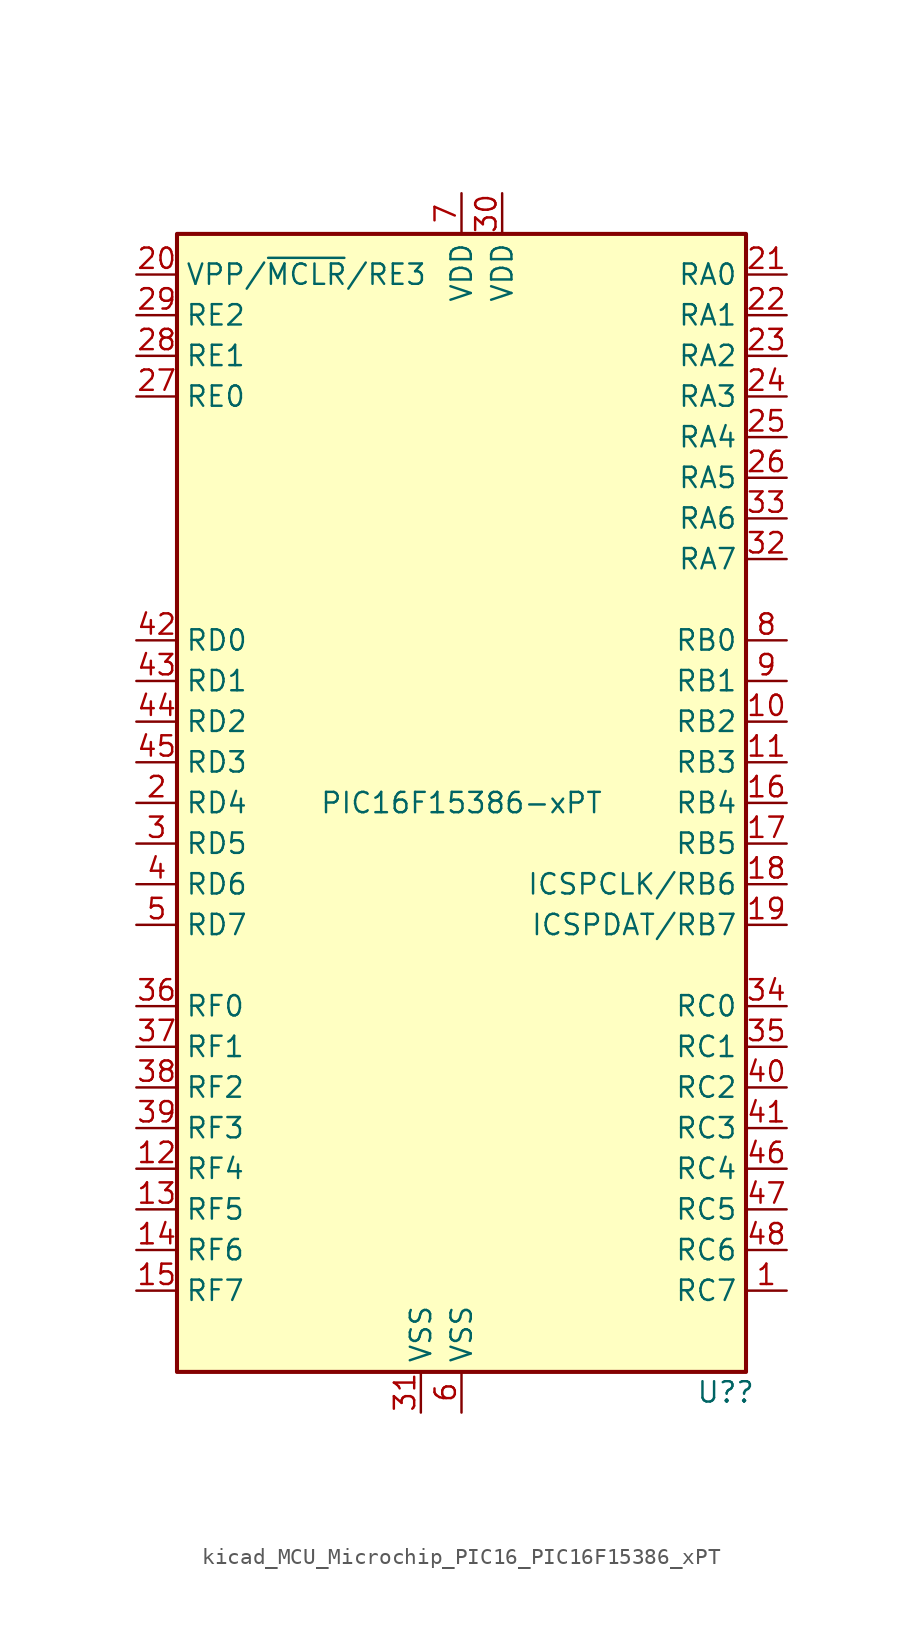
<source format=kicad_sym>
(kicad_symbol_lib
  (version 20220914)
  (generator kicad_symbol_editor)
  (symbol "kicad_MCU_Microchip_PIC16_PIC16F15386_xPT"
    (property "Reference" "U?"
      (at 16.51 -36.83 0)
      (effects (font (size 1.27 1.27))))
    (property "Value" "PIC16F15386-xPT"
      (at 0 0 0)
      (effects (font (size 1.27 1.27))))
    (symbol "kicad_MCU_Microchip_PIC16_PIC16F15386_xPT_0_0"
      (pin bidirectional line (at -20.32 -2.54 0) (length 2.54) (name "RD5" (effects (font (size 1.27 1.27)))) (number "3" (effects (font (size 1.27 1.27)))))
      (pin bidirectional line (at -20.32 -5.08 0) (length 2.54) (name "RD6" (effects (font (size 1.27 1.27)))) (number "4" (effects (font (size 1.27 1.27))))))
    (symbol "kicad_MCU_Microchip_PIC16_PIC16F15386_xPT_0_1"
      (rectangle (start -17.78 35.56) (end 17.78 -35.56) (stroke (width 0.254) (type default)) (fill (type background))))
    (symbol "kicad_MCU_Microchip_PIC16_PIC16F15386_xPT_1_1"
      (pin bidirectional line (at 20.32 -30.48 180) (length 2.54) (name "RC7" (effects (font (size 1.27 1.27)))) (number "1" (effects (font (size 1.27 1.27)))))
      (pin bidirectional line (at 20.32 5.08 180) (length 2.54) (name "RB2" (effects (font (size 1.27 1.27)))) (number "10" (effects (font (size 1.27 1.27)))))
      (pin bidirectional line (at 20.32 2.54 180) (length 2.54) (name "RB3" (effects (font (size 1.27 1.27)))) (number "11" (effects (font (size 1.27 1.27)))))
      (pin bidirectional line (at -20.32 -22.86 0) (length 2.54) (name "RF4" (effects (font (size 1.27 1.27)))) (number "12" (effects (font (size 1.27 1.27)))))
      (pin bidirectional line (at -20.32 -25.4 0) (length 2.54) (name "RF5" (effects (font (size 1.27 1.27)))) (number "13" (effects (font (size 1.27 1.27)))))
      (pin bidirectional line (at -20.32 -27.94 0) (length 2.54) (name "RF6" (effects (font (size 1.27 1.27)))) (number "14" (effects (font (size 1.27 1.27)))))
      (pin bidirectional line (at -20.32 -30.48 0) (length 2.54) (name "RF7" (effects (font (size 1.27 1.27)))) (number "15" (effects (font (size 1.27 1.27)))))
      (pin bidirectional line (at 20.32 0 180) (length 2.54) (name "RB4" (effects (font (size 1.27 1.27)))) (number "16" (effects (font (size 1.27 1.27)))))
      (pin bidirectional line (at 20.32 -2.54 180) (length 2.54) (name "RB5" (effects (font (size 1.27 1.27)))) (number "17" (effects (font (size 1.27 1.27)))))
      (pin bidirectional line (at 20.32 -5.08 180) (length 2.54) (name "ICSPCLK/RB6" (effects (font (size 1.27 1.27)))) (number "18" (effects (font (size 1.27 1.27)))))
      (pin bidirectional line (at 20.32 -7.62 180) (length 2.54) (name "ICSPDAT/RB7" (effects (font (size 1.27 1.27)))) (number "19" (effects (font (size 1.27 1.27)))))
      (pin bidirectional line (at -20.32 0 0) (length 2.54) (name "RD4" (effects (font (size 1.27 1.27)))) (number "2" (effects (font (size 1.27 1.27)))))
      (pin bidirectional line (at -20.32 33.02 0) (length 2.54) (name "VPP/~{MCLR}/RE3" (effects (font (size 1.27 1.27)))) (number "20" (effects (font (size 1.27 1.27)))))
      (pin bidirectional line (at 20.32 33.02 180) (length 2.54) (name "RA0" (effects (font (size 1.27 1.27)))) (number "21" (effects (font (size 1.27 1.27)))))
      (pin bidirectional line (at 20.32 30.48 180) (length 2.54) (name "RA1" (effects (font (size 1.27 1.27)))) (number "22" (effects (font (size 1.27 1.27)))))
      (pin bidirectional line (at 20.32 27.94 180) (length 2.54) (name "RA2" (effects (font (size 1.27 1.27)))) (number "23" (effects (font (size 1.27 1.27)))))
      (pin bidirectional line (at 20.32 25.4 180) (length 2.54) (name "RA3" (effects (font (size 1.27 1.27)))) (number "24" (effects (font (size 1.27 1.27)))))
      (pin bidirectional line (at 20.32 22.86 180) (length 2.54) (name "RA4" (effects (font (size 1.27 1.27)))) (number "25" (effects (font (size 1.27 1.27)))))
      (pin bidirectional line (at 20.32 20.32 180) (length 2.54) (name "RA5" (effects (font (size 1.27 1.27)))) (number "26" (effects (font (size 1.27 1.27)))))
      (pin bidirectional line (at -20.32 25.4 0) (length 2.54) (name "RE0" (effects (font (size 1.27 1.27)))) (number "27" (effects (font (size 1.27 1.27)))))
      (pin bidirectional line (at -20.32 27.94 0) (length 2.54) (name "RE1" (effects (font (size 1.27 1.27)))) (number "28" (effects (font (size 1.27 1.27)))))
      (pin bidirectional line (at -20.32 30.48 0) (length 2.54) (name "RE2" (effects (font (size 1.27 1.27)))) (number "29" (effects (font (size 1.27 1.27)))))
      (pin power_in line (at 2.54 38.1 270) (length 2.54) (name "VDD" (effects (font (size 1.27 1.27)))) (number "30" (effects (font (size 1.27 1.27)))))
      (pin power_in line (at -2.54 -38.1 90) (length 2.54) (name "VSS" (effects (font (size 1.27 1.27)))) (number "31" (effects (font (size 1.27 1.27)))))
      (pin bidirectional line (at 20.32 15.24 180) (length 2.54) (name "RA7" (effects (font (size 1.27 1.27)))) (number "32" (effects (font (size 1.27 1.27)))))
      (pin bidirectional line (at 20.32 17.78 180) (length 2.54) (name "RA6" (effects (font (size 1.27 1.27)))) (number "33" (effects (font (size 1.27 1.27)))))
      (pin bidirectional line (at 20.32 -12.7 180) (length 2.54) (name "RC0" (effects (font (size 1.27 1.27)))) (number "34" (effects (font (size 1.27 1.27)))))
      (pin bidirectional line (at 20.32 -15.24 180) (length 2.54) (name "RC1" (effects (font (size 1.27 1.27)))) (number "35" (effects (font (size 1.27 1.27)))))
      (pin bidirectional line (at -20.32 -12.7 0) (length 2.54) (name "RF0" (effects (font (size 1.27 1.27)))) (number "36" (effects (font (size 1.27 1.27)))))
      (pin bidirectional line (at -20.32 -15.24 0) (length 2.54) (name "RF1" (effects (font (size 1.27 1.27)))) (number "37" (effects (font (size 1.27 1.27)))))
      (pin bidirectional line (at -20.32 -17.78 0) (length 2.54) (name "RF2" (effects (font (size 1.27 1.27)))) (number "38" (effects (font (size 1.27 1.27)))))
      (pin bidirectional line (at -20.32 -20.32 0) (length 2.54) (name "RF3" (effects (font (size 1.27 1.27)))) (number "39" (effects (font (size 1.27 1.27)))))
      (pin bidirectional line (at 20.32 -17.78 180) (length 2.54) (name "RC2" (effects (font (size 1.27 1.27)))) (number "40" (effects (font (size 1.27 1.27)))))
      (pin bidirectional line (at 20.32 -20.32 180) (length 2.54) (name "RC3" (effects (font (size 1.27 1.27)))) (number "41" (effects (font (size 1.27 1.27)))))
      (pin bidirectional line (at -20.32 10.16 0) (length 2.54) (name "RD0" (effects (font (size 1.27 1.27)))) (number "42" (effects (font (size 1.27 1.27)))))
      (pin bidirectional line (at -20.32 7.62 0) (length 2.54) (name "RD1" (effects (font (size 1.27 1.27)))) (number "43" (effects (font (size 1.27 1.27)))))
      (pin bidirectional line (at -20.32 5.08 0) (length 2.54) (name "RD2" (effects (font (size 1.27 1.27)))) (number "44" (effects (font (size 1.27 1.27)))))
      (pin bidirectional line (at -20.32 2.54 0) (length 2.54) (name "RD3" (effects (font (size 1.27 1.27)))) (number "45" (effects (font (size 1.27 1.27)))))
      (pin bidirectional line (at 20.32 -22.86 180) (length 2.54) (name "RC4" (effects (font (size 1.27 1.27)))) (number "46" (effects (font (size 1.27 1.27)))))
      (pin bidirectional line (at 20.32 -25.4 180) (length 2.54) (name "RC5" (effects (font (size 1.27 1.27)))) (number "47" (effects (font (size 1.27 1.27)))))
      (pin bidirectional line (at 20.32 -27.94 180) (length 2.54) (name "RC6" (effects (font (size 1.27 1.27)))) (number "48" (effects (font (size 1.27 1.27)))))
      (pin bidirectional line (at -20.32 -7.62 0) (length 2.54) (name "RD7" (effects (font (size 1.27 1.27)))) (number "5" (effects (font (size 1.27 1.27)))))
      (pin power_in line (at 0 -38.1 90) (length 2.54) (name "VSS" (effects (font (size 1.27 1.27)))) (number "6" (effects (font (size 1.27 1.27)))))
      (pin power_in line (at 0 38.1 270) (length 2.54) (name "VDD" (effects (font (size 1.27 1.27)))) (number "7" (effects (font (size 1.27 1.27)))))
      (pin bidirectional line (at 20.32 10.16 180) (length 2.54) (name "RB0" (effects (font (size 1.27 1.27)))) (number "8" (effects (font (size 1.27 1.27)))))
      (pin bidirectional line (at 20.32 7.62 180) (length 2.54) (name "RB1" (effects (font (size 1.27 1.27)))) (number "9" (effects (font (size 1.27 1.27))))))))
</source>
